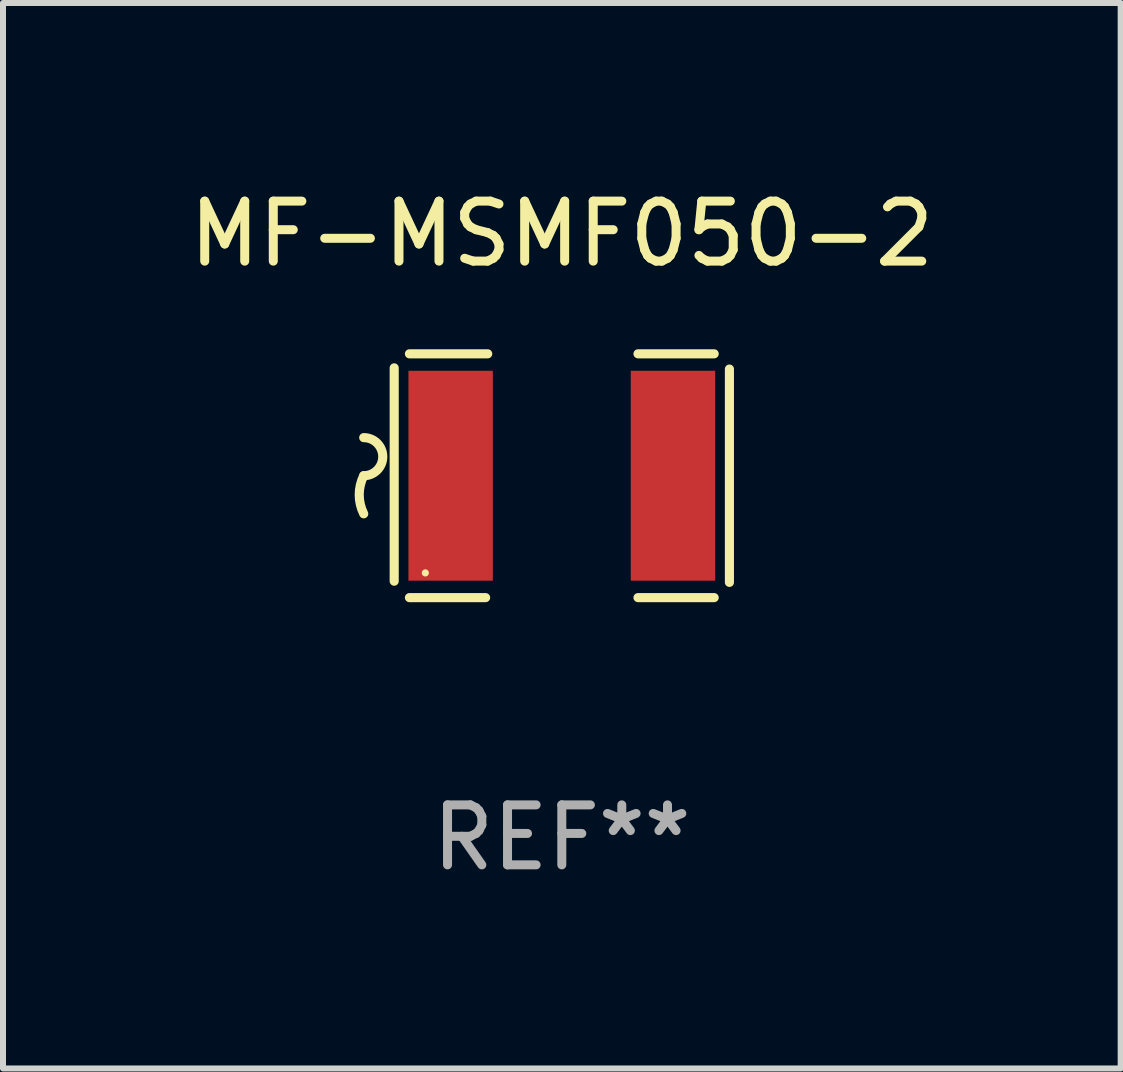
<source format=kicad_pcb>
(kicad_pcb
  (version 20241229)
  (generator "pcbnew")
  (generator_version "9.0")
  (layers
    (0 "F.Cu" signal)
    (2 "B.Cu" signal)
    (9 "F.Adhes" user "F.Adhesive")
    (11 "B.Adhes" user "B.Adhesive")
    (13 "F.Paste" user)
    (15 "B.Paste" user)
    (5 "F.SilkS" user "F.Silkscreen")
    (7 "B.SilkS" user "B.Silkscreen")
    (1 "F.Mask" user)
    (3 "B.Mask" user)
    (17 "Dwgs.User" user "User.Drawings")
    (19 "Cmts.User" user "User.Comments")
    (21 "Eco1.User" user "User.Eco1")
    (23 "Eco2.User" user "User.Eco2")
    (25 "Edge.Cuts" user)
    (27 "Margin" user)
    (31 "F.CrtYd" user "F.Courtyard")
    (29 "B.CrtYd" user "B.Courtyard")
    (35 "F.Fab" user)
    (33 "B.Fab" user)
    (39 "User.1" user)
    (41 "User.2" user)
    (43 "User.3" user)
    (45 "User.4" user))
  (footprint "MF-MSMF050-2"
    (layer "F.Cu")
    (at 6.315 4.88)
    (property "Reference" "MF-MSMF050-2" (at 0 -4.032 0) (layer "F.SilkS") (effects (font (size 1 1) (thickness 0.15))))
    (attr through_hole)
    (fp_line (start -2.794 -1.798) (end -2.794 1.758) (stroke (width 0.152) (type solid)) (layer "F.SilkS"))
    (fp_line (start -2.54 -2.032) (end -1.235 -2.032) (stroke (width 0.152) (type solid)) (layer "F.SilkS"))
    (fp_line (start -1.27 2.032) (end -2.54 2.032) (stroke (width 0.152) (type solid)) (layer "F.SilkS"))
    (fp_line (start 1.27 2.032) (end 2.54 2.032) (stroke (width 0.152) (type solid)) (layer "F.SilkS"))
    (fp_line (start 2.54 -2.032) (end 1.27 -2.032) (stroke (width 0.152) (type solid)) (layer "F.SilkS"))
    (fp_line (start 2.794 -1.778) (end 2.794 1.778) (stroke (width 0.152) (type solid)) (layer "F.SilkS"))
    (fp_arc (start -3.302007 -0.635002) (mid -2.984506 -0.317501) (end -3.302007 0) (stroke (width 0.151994) (type solid)) (layer "F.SilkS"))
    (fp_arc (start -3.302007 0.635002) (mid -3.376959 0.317501) (end -3.302007 0) (stroke (width 0.151994) (type solid)) (layer "F.SilkS"))
    (fp_circle (center -2.275 1.62) (end -2.245 1.62) (stroke (width 0.06) (type solid)) (fill no) (layer "F.SilkS"))
    (fp_text user "REF**" (at 0 6.032 0) (layer "F.Fab") (effects (font (size 1 1) (thickness 0.15))))
    (pad "1" smd rect (at -1.853 0) (size 1.407 3.499) (layers "F.Cu" "F.Mask" "F.Paste"))
    (pad "2" smd rect (at 1.853 0) (size 1.407 3.499) (layers "F.Cu" "F.Mask" "F.Paste")))
  (gr_rect
    (start -3 -3)
    (end 15.631 14.761)
    (stroke (width 0.1) (type default))
    (fill no)
    (layer "Edge.Cuts")))
</source>
